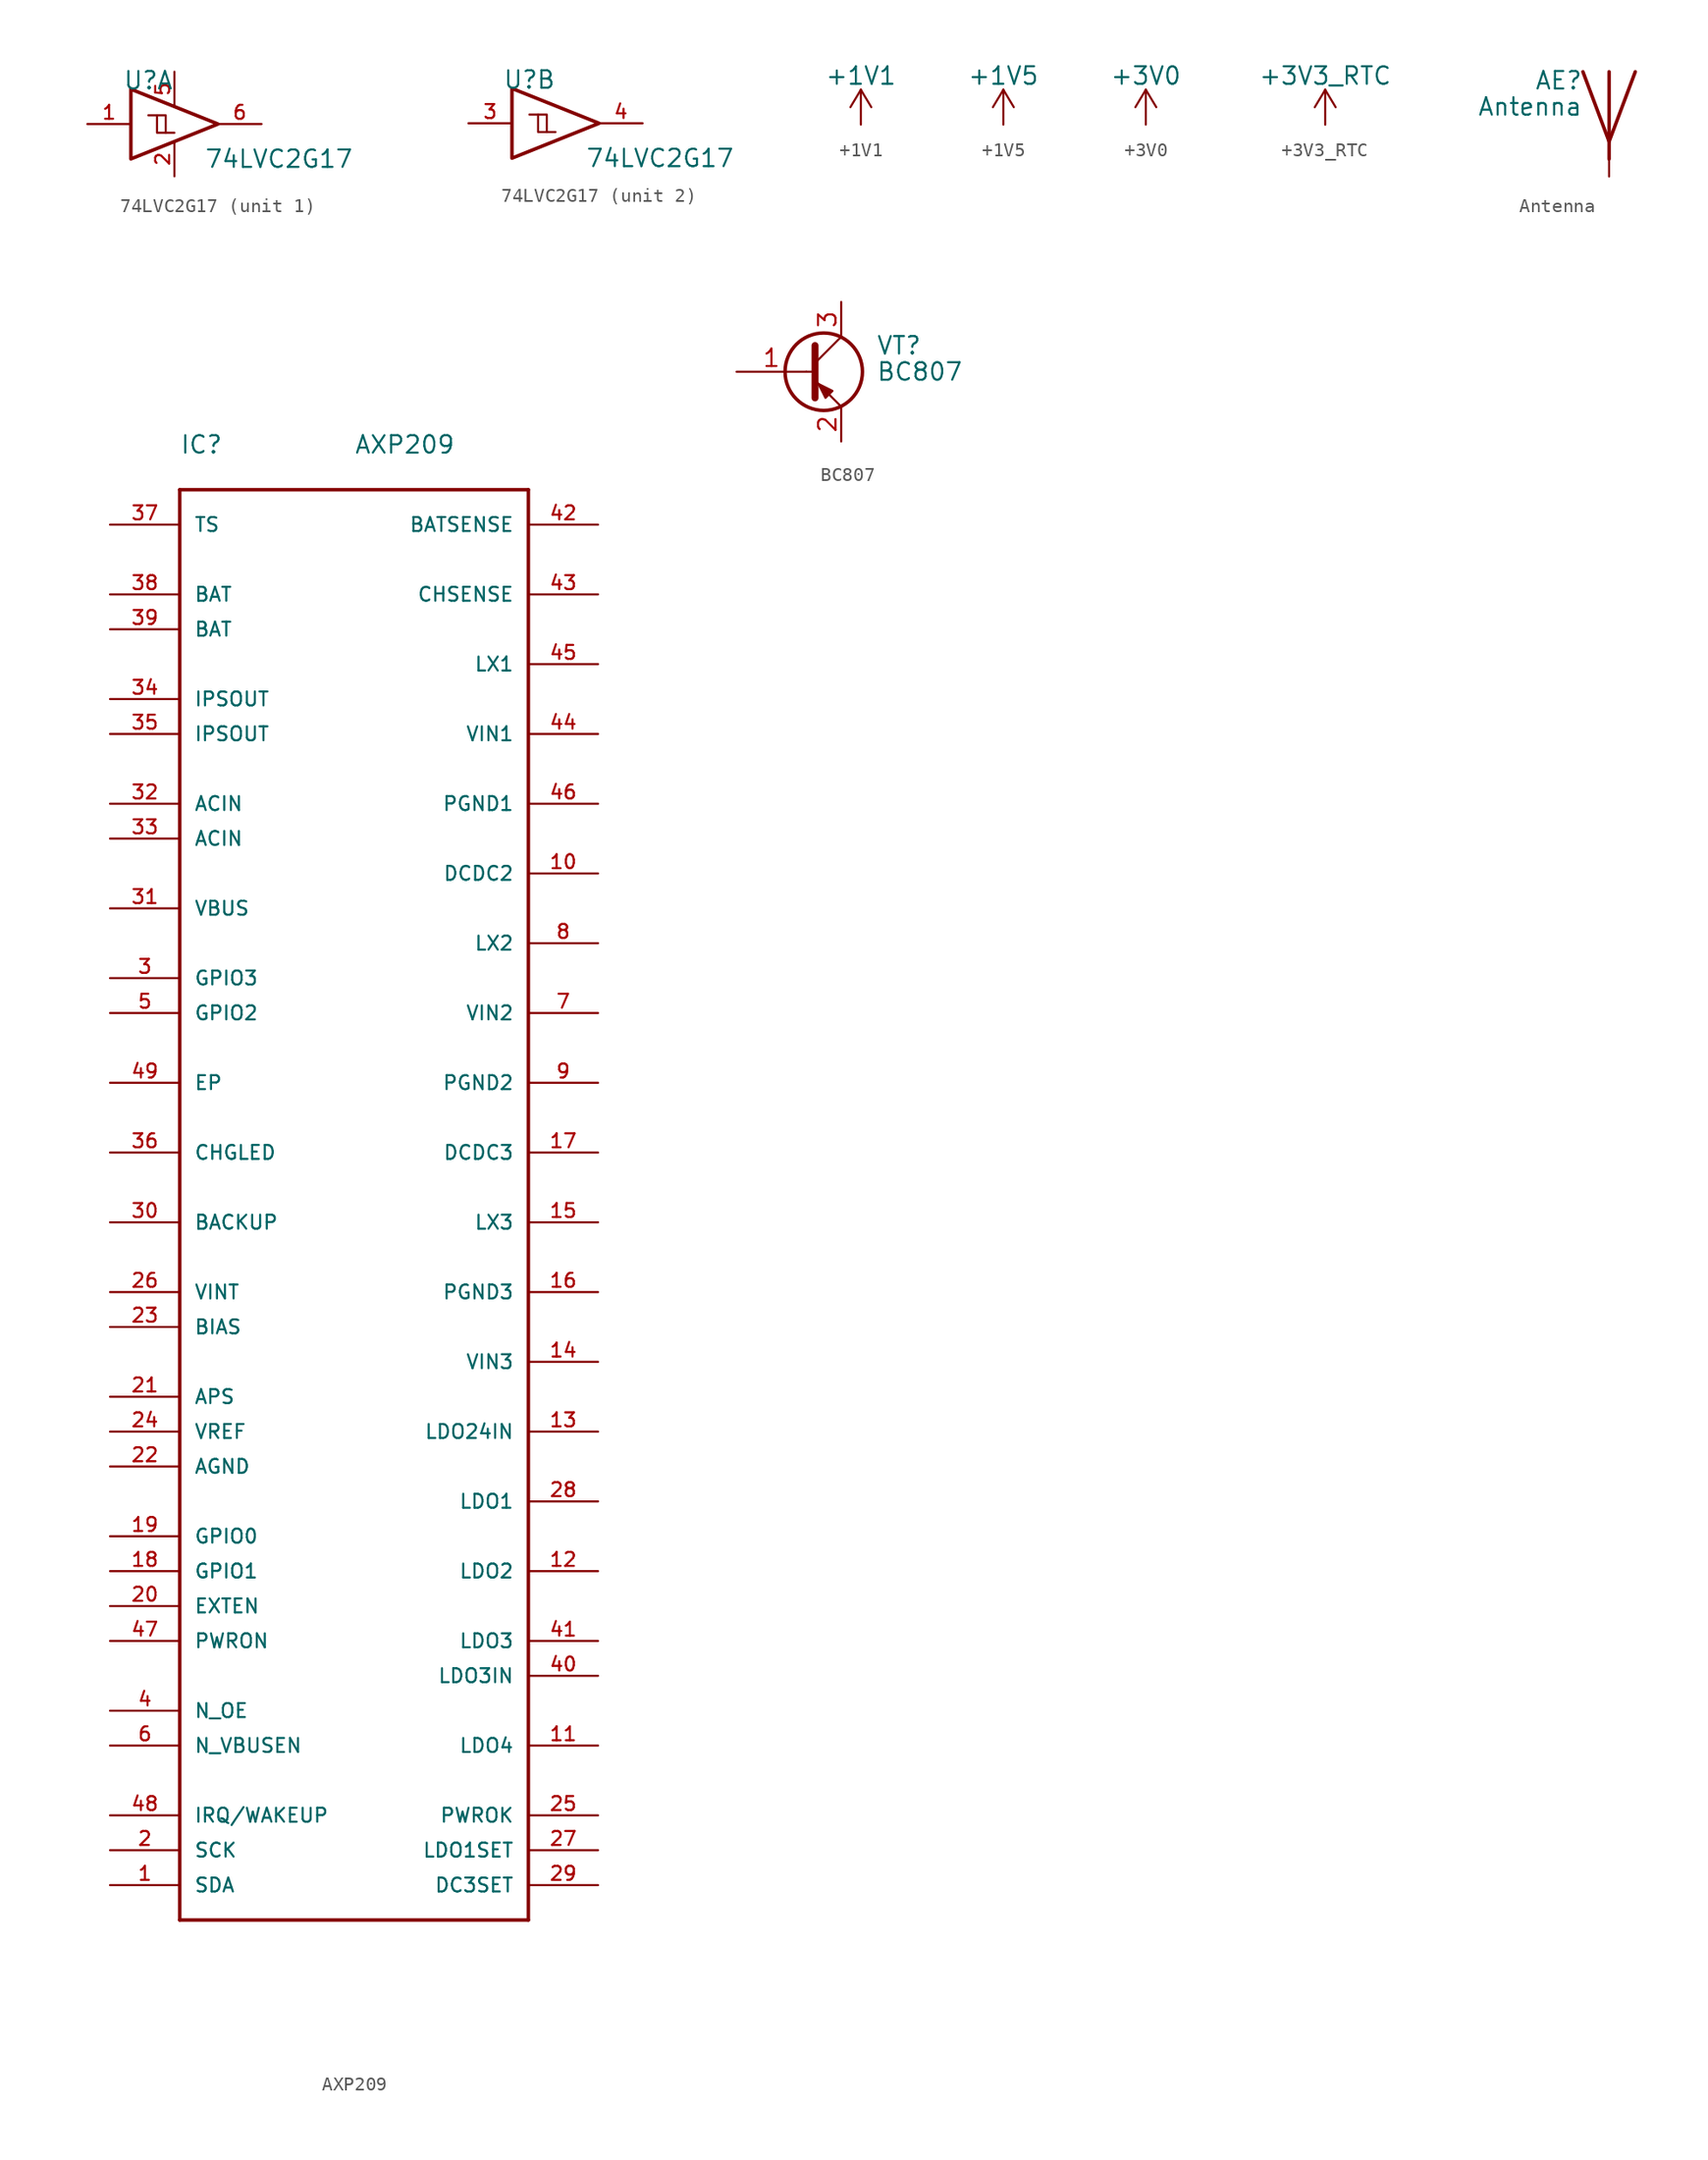
<source format=kicad_sym>
(kicad_symbol_lib
  (version 20220914)
  (generator kicad_symbol_editor)
  (symbol "74LVC2G17"
    (pin_names
      (offset 1.016))
    (property "Reference" "U"
      (at 4.445 3.175 0)
      (effects (font (size 1.27 1.27))))
    (property "Value" "74LVC2G17"
      (at 13.97 -2.54 0)
      (effects (font (size 1.27 1.27))))
    (symbol "74LVC2G17_0_1"
      (polyline (pts (xy 5.08 0.635) (xy 5.715 0.635) (xy 5.715 -0.635)) (stroke (width 0) (type solid)) (fill (type none)))
      (polyline (pts (xy 3.175 2.54) (xy 3.175 -2.54) (xy 9.525 0) (xy 3.175 2.54)) (stroke (width 0.254) (type solid)) (fill (type none)))
      (polyline (pts (xy 4.445 0.635) (xy 5.08 0.635) (xy 5.08 -0.635) (xy 6.35 -0.635)) (stroke (width 0) (type solid)) (fill (type none))))
    (symbol "74LVC2G17_1_1"
      (pin input line (at 0 0 0) (length 3.175) (name "~" (effects (font (size 1.016 1.016)))) (number "1" (effects (font (size 1.016 1.016)))))
      (pin power_in line (at 6.35 -3.81 90) (length 2.54) (name "~" (effects (font (size 1.016 1.016)))) (number "2" (effects (font (size 1.016 1.016)))))
      (pin power_in line (at 6.35 3.81 270) (length 2.54) (name "~" (effects (font (size 1.016 1.016)))) (number "5" (effects (font (size 1.016 1.016)))))
      (pin output line (at 12.7 0 180) (length 3.175) (name "~" (effects (font (size 1.016 1.016)))) (number "6" (effects (font (size 1.016 1.016))))))
    (symbol "74LVC2G17_2_1"
      (pin input line (at 0 0 0) (length 3.175) (name "~" (effects (font (size 1.016 1.016)))) (number "3" (effects (font (size 1.016 1.016)))))
      (pin output line (at 12.7 0 180) (length 3.175) (name "~" (effects (font (size 1.016 1.016)))) (number "4" (effects (font (size 1.016 1.016)))))))
  (symbol "+1V1"
    (power)
    (pin_names
      (offset 0))
    (property "Reference" "#PWR"
      (at 0 -3.81 0)
      (effects (font (size 1.27 1.27)) hide))
    (property "Value" "+1V1"
      (at 0 3.556 0)
      (effects (font (size 1.27 1.27))))
    (symbol "+1V1_0_1"
      (polyline (pts (xy -0.762 1.27) (xy 0 2.54)) (stroke (width 0) (type solid)) (fill (type none)))
      (polyline (pts (xy 0 0) (xy 0 2.54)) (stroke (width 0) (type solid)) (fill (type none)))
      (polyline (pts (xy 0 2.54) (xy 0.762 1.27)) (stroke (width 0) (type solid)) (fill (type none))))
    (symbol "+1V1_1_1"
      (pin power_in line (at 0 0 90) (length 0) hide (name "+1V1" (effects (font (size 1.27 1.27)))) (number "1" (effects (font (size 1.27 1.27)))))))
  (symbol "+1V5"
    (power)
    (pin_names
      (offset 0))
    (property "Reference" "#PWR"
      (at 0 -3.81 0)
      (effects (font (size 1.27 1.27)) hide))
    (property "Value" "+1V5"
      (at 0 3.556 0)
      (effects (font (size 1.27 1.27))))
    (symbol "+1V5_0_1"
      (polyline (pts (xy -0.762 1.27) (xy 0 2.54)) (stroke (width 0) (type solid)) (fill (type none)))
      (polyline (pts (xy 0 0) (xy 0 2.54)) (stroke (width 0) (type solid)) (fill (type none)))
      (polyline (pts (xy 0 2.54) (xy 0.762 1.27)) (stroke (width 0) (type solid)) (fill (type none))))
    (symbol "+1V5_1_1"
      (pin power_in line (at 0 0 90) (length 0) hide (name "+1V5" (effects (font (size 1.27 1.27)))) (number "1" (effects (font (size 1.27 1.27)))))))
  (symbol "+3V0"
    (power)
    (pin_names
      (offset 0))
    (property "Reference" "#PWR"
      (at 0 -3.81 0)
      (effects (font (size 1.27 1.27)) hide))
    (property "Value" "+3V0"
      (at 0 3.556 0)
      (effects (font (size 1.27 1.27))))
    (symbol "+3V0_0_1"
      (polyline (pts (xy -0.762 1.27) (xy 0 2.54)) (stroke (width 0) (type solid)) (fill (type none)))
      (polyline (pts (xy 0 0) (xy 0 2.54)) (stroke (width 0) (type solid)) (fill (type none)))
      (polyline (pts (xy 0 2.54) (xy 0.762 1.27)) (stroke (width 0) (type solid)) (fill (type none))))
    (symbol "+3V0_1_1"
      (pin power_in line (at 0 0 90) (length 0) hide (name "+3V0" (effects (font (size 1.27 1.27)))) (number "1" (effects (font (size 1.27 1.27)))))))
  (symbol "+3V3_RTC"
    (power)
    (pin_names
      (offset 0))
    (property "Reference" "#PWR"
      (at 0 -3.81 0)
      (effects (font (size 1.27 1.27)) hide))
    (property "Value" "+3V3_RTC"
      (at 0 3.556 0)
      (effects (font (size 1.27 1.27))))
    (symbol "+3V3_RTC_0_1"
      (polyline (pts (xy -0.762 1.27) (xy 0 2.54)) (stroke (width 0) (type solid)) (fill (type none)))
      (polyline (pts (xy 0 0) (xy 0 2.54)) (stroke (width 0) (type solid)) (fill (type none)))
      (polyline (pts (xy 0 2.54) (xy 0.762 1.27)) (stroke (width 0) (type solid)) (fill (type none))))
    (symbol "+3V3_RTC_1_1"
      (pin power_in line (at 0 0 90) (length 0) hide (name "+3V3_RTC" (effects (font (size 1.27 1.27)))) (number "1" (effects (font (size 1.27 1.27)))))))
  (symbol "Antenna"
    (pin_numbers hide)
    (pin_names
      (offset 1.016) hide)
    (property "Reference" "AE"
      (at -1.905 1.905 0)
      (effects (font (size 1.27 1.27)) (justify right)))
    (property "Value" "Antenna"
      (at -1.905 0 0)
      (effects (font (size 1.27 1.27)) (justify right)))
    (symbol "Antenna_0_1"
      (polyline (pts (xy 0 2.54) (xy 0 -3.81)) (stroke (width 0.254) (type solid)) (fill (type none)))
      (polyline (pts (xy 1.905 2.54) (xy 0 -2.54) (xy -1.905 2.54)) (stroke (width 0.254) (type solid)) (fill (type none))))
    (symbol "Antenna_1_1"
      (pin input line (at 0 -5.08 90) (length 2.54) (name "A" (effects (font (size 1.27 1.27)))) (number "1" (effects (font (size 1.27 1.27)))))))
  (symbol "AXP209"
    (pin_names
      (offset 1.016))
    (property "Reference" "IC"
      (at 0 2.54 0)
      (effects (font (size 1.27 1.27)) (justify left bottom)))
    (property "Value" "AXP209"
      (at 12.7 2.54 0)
      (effects (font (size 1.27 1.27)) (justify left bottom)))
    (symbol "AXP209_1_0"
      (polyline (pts (xy 0 -104.14) (xy 0 0)) (stroke (width 0.254) (type solid)) (fill (type none)))
      (polyline (pts (xy 0 0) (xy 25.4 0)) (stroke (width 0.254) (type solid)) (fill (type none)))
      (polyline (pts (xy 25.4 -104.14) (xy 0 -104.14)) (stroke (width 0.254) (type solid)) (fill (type none)))
      (polyline (pts (xy 25.4 0) (xy 25.4 -104.14)) (stroke (width 0.254) (type solid)) (fill (type none)))
      (pin input line (at 30.48 -27.94 180) (length 5.08) (name "DCDC2" (effects (font (size 1.016 1.016)))) (number "10" (effects (font (size 1.016 1.016)))))
      (pin input line (at 30.48 -68.58 180) (length 5.08) (name "LDO24IN" (effects (font (size 1.016 1.016)))) (number "13" (effects (font (size 1.016 1.016)))))
      (pin power_in line (at 30.48 -58.42 180) (length 5.08) (name "PGND3" (effects (font (size 1.016 1.016)))) (number "16" (effects (font (size 1.016 1.016)))))
      (pin bidirectional line (at -5.08 -78.74 0) (length 5.08) (name "GPIO1" (effects (font (size 1.016 1.016)))) (number "18" (effects (font (size 1.016 1.016)))))
      (pin input line (at -5.08 -99.06 0) (length 5.08) (name "SCK" (effects (font (size 1.016 1.016)))) (number "2" (effects (font (size 1.016 1.016)))))
      (pin power_out line (at -5.08 -58.42 0) (length 5.08) (name "VINT" (effects (font (size 1.016 1.016)))) (number "26" (effects (font (size 1.016 1.016)))))
      (pin output line (at 30.48 -73.66 180) (length 5.08) (name "LDO1" (effects (font (size 1.016 1.016)))) (number "28" (effects (font (size 1.016 1.016)))))
      (pin bidirectional line (at -5.08 -53.34 0) (length 5.08) (name "BACKUP" (effects (font (size 1.016 1.016)))) (number "30" (effects (font (size 1.016 1.016)))))
      (pin power_out line (at -5.08 -15.24 0) (length 5.08) (name "IPSOUT" (effects (font (size 1.016 1.016)))) (number "34" (effects (font (size 1.016 1.016)))))
      (pin passive line (at -5.08 -17.78 0) (length 5.08) (name "IPSOUT" (effects (font (size 1.016 1.016)))) (number "35" (effects (font (size 1.016 1.016)))))
      (pin power_in line (at 30.48 -38.1 180) (length 5.08) (name "VIN2" (effects (font (size 1.016 1.016)))) (number "7" (effects (font (size 1.016 1.016)))))
      (pin power_in line (at 30.48 -43.18 180) (length 5.08) (name "PGND2" (effects (font (size 1.016 1.016)))) (number "9" (effects (font (size 1.016 1.016))))))
    (symbol "AXP209_1_1"
      (pin bidirectional line (at -5.08 -101.6 0) (length 5.08) (name "SDA" (effects (font (size 1.016 1.016)))) (number "1" (effects (font (size 1.016 1.016)))))
      (pin output line (at 30.48 -91.44 180) (length 5.08) (name "LDO4" (effects (font (size 1.016 1.016)))) (number "11" (effects (font (size 1.016 1.016)))))
      (pin output line (at 30.48 -78.74 180) (length 5.08) (name "LDO2" (effects (font (size 1.016 1.016)))) (number "12" (effects (font (size 1.016 1.016)))))
      (pin power_in line (at 30.48 -63.5 180) (length 5.08) (name "VIN3" (effects (font (size 1.016 1.016)))) (number "14" (effects (font (size 1.016 1.016)))))
      (pin passive line (at 30.48 -53.34 180) (length 5.08) (name "LX3" (effects (font (size 1.016 1.016)))) (number "15" (effects (font (size 1.016 1.016)))))
      (pin power_in line (at 30.48 -48.26 180) (length 5.08) (name "DCDC3" (effects (font (size 1.016 1.016)))) (number "17" (effects (font (size 1.016 1.016)))))
      (pin bidirectional line (at -5.08 -76.2 0) (length 5.08) (name "GPIO0" (effects (font (size 1.016 1.016)))) (number "19" (effects (font (size 1.016 1.016)))))
      (pin output line (at -5.08 -81.28 0) (length 5.08) (name "EXTEN" (effects (font (size 1.016 1.016)))) (number "20" (effects (font (size 1.016 1.016)))))
      (pin power_in line (at -5.08 -66.04 0) (length 5.08) (name "APS" (effects (font (size 1.016 1.016)))) (number "21" (effects (font (size 1.016 1.016)))))
      (pin power_in line (at -5.08 -71.12 0) (length 5.08) (name "AGND" (effects (font (size 1.016 1.016)))) (number "22" (effects (font (size 1.016 1.016)))))
      (pin passive line (at -5.08 -60.96 0) (length 5.08) (name "BIAS" (effects (font (size 1.016 1.016)))) (number "23" (effects (font (size 1.016 1.016)))))
      (pin output line (at -5.08 -68.58 0) (length 5.08) (name "VREF" (effects (font (size 1.016 1.016)))) (number "24" (effects (font (size 1.016 1.016)))))
      (pin output line (at 30.48 -96.52 180) (length 5.08) (name "PWROK" (effects (font (size 1.016 1.016)))) (number "25" (effects (font (size 1.016 1.016)))))
      (pin input line (at 30.48 -99.06 180) (length 5.08) (name "LDO1SET" (effects (font (size 1.016 1.016)))) (number "27" (effects (font (size 1.016 1.016)))))
      (pin input line (at 30.48 -101.6 180) (length 5.08) (name "DC3SET" (effects (font (size 1.016 1.016)))) (number "29" (effects (font (size 1.016 1.016)))))
      (pin bidirectional line (at -5.08 -35.56 0) (length 5.08) (name "GPIO3" (effects (font (size 1.016 1.016)))) (number "3" (effects (font (size 1.016 1.016)))))
      (pin power_in line (at -5.08 -30.48 0) (length 5.08) (name "VBUS" (effects (font (size 1.016 1.016)))) (number "31" (effects (font (size 1.016 1.016)))))
      (pin power_in line (at -5.08 -22.86 0) (length 5.08) (name "ACIN" (effects (font (size 1.016 1.016)))) (number "32" (effects (font (size 1.016 1.016)))))
      (pin power_in line (at -5.08 -25.4 0) (length 5.08) (name "ACIN" (effects (font (size 1.016 1.016)))) (number "33" (effects (font (size 1.016 1.016)))))
      (pin output line (at -5.08 -48.26 0) (length 5.08) (name "CHGLED" (effects (font (size 1.016 1.016)))) (number "36" (effects (font (size 1.016 1.016)))))
      (pin input line (at -5.08 -2.54 0) (length 5.08) (name "TS" (effects (font (size 1.016 1.016)))) (number "37" (effects (font (size 1.016 1.016)))))
      (pin power_in line (at -5.08 -7.62 0) (length 5.08) (name "BAT" (effects (font (size 1.016 1.016)))) (number "38" (effects (font (size 1.016 1.016)))))
      (pin power_in line (at -5.08 -10.16 0) (length 5.08) (name "BAT" (effects (font (size 1.016 1.016)))) (number "39" (effects (font (size 1.016 1.016)))))
      (pin input line (at -5.08 -88.9 0) (length 5.08) (name "N_OE" (effects (font (size 1.016 1.016)))) (number "4" (effects (font (size 1.016 1.016)))))
      (pin input line (at 30.48 -86.36 180) (length 5.08) (name "LDO3IN" (effects (font (size 1.016 1.016)))) (number "40" (effects (font (size 1.016 1.016)))))
      (pin output line (at 30.48 -83.82 180) (length 5.08) (name "LDO3" (effects (font (size 1.016 1.016)))) (number "41" (effects (font (size 1.016 1.016)))))
      (pin input line (at 30.48 -2.54 180) (length 5.08) (name "BATSENSE" (effects (font (size 1.016 1.016)))) (number "42" (effects (font (size 1.016 1.016)))))
      (pin output line (at 30.48 -7.62 180) (length 5.08) (name "CHSENSE" (effects (font (size 1.016 1.016)))) (number "43" (effects (font (size 1.016 1.016)))))
      (pin power_in line (at 30.48 -17.78 180) (length 5.08) (name "VIN1" (effects (font (size 1.016 1.016)))) (number "44" (effects (font (size 1.016 1.016)))))
      (pin passive line (at 30.48 -12.7 180) (length 5.08) (name "LX1" (effects (font (size 1.016 1.016)))) (number "45" (effects (font (size 1.016 1.016)))))
      (pin passive line (at 30.48 -22.86 180) (length 5.08) (name "PGND1" (effects (font (size 1.016 1.016)))) (number "46" (effects (font (size 1.016 1.016)))))
      (pin input line (at -5.08 -83.82 0) (length 5.08) (name "PWRON" (effects (font (size 1.016 1.016)))) (number "47" (effects (font (size 1.016 1.016)))))
      (pin open_collector line (at -5.08 -96.52 0) (length 5.08) (name "IRQ/WAKEUP" (effects (font (size 1.016 1.016)))) (number "48" (effects (font (size 1.016 1.016)))))
      (pin power_in line (at -5.08 -43.18 0) (length 5.08) (name "EP" (effects (font (size 1.016 1.016)))) (number "49" (effects (font (size 1.016 1.016)))))
      (pin bidirectional line (at -5.08 -38.1 0) (length 5.08) (name "GPIO2" (effects (font (size 1.016 1.016)))) (number "5" (effects (font (size 1.016 1.016)))))
      (pin input line (at -5.08 -91.44 0) (length 5.08) (name "N_VBUSEN" (effects (font (size 1.016 1.016)))) (number "6" (effects (font (size 1.016 1.016)))))
      (pin passive line (at 30.48 -33.02 180) (length 5.08) (name "LX2" (effects (font (size 1.016 1.016)))) (number "8" (effects (font (size 1.016 1.016)))))))
  (symbol "BC807"
    (pin_names
      (offset 0) hide)
    (property "Reference" "VT"
      (at 5.08 1.905 0)
      (effects (font (size 1.27 1.27)) (justify left)))
    (property "Value" "BC807"
      (at 5.08 0 0)
      (effects (font (size 1.27 1.27)) (justify left)))
    (symbol "BC807_0_1"
      (polyline (pts (xy 0 0) (xy 0.635 0)) (stroke (width 0) (type solid)) (fill (type none)))
      (polyline (pts (xy 2.54 -2.54) (xy 0.635 -0.635)) (stroke (width 0) (type solid)) (fill (type none)))
      (polyline (pts (xy 2.54 2.54) (xy 0.635 0.635)) (stroke (width 0) (type solid)) (fill (type none)))
      (polyline (pts (xy 0.635 1.905) (xy 0.635 -1.905) (xy 0.635 -1.905)) (stroke (width 0.508) (type solid)) (fill (type outline)))
      (polyline (pts (xy 1.397 -1.905) (xy 1.905 -1.397) (xy 0.889 -0.889) (xy 1.397 -1.905) (xy 1.397 -1.905)) (stroke (width 0) (type solid)) (fill (type outline)))
      (circle (center 1.27 0) (radius 2.819) (stroke (width 0.254) (type solid)) (fill (type none))))
    (symbol "BC807_1_1"
      (pin input line (at -5.08 0 0) (length 5.08) (name "B" (effects (font (size 1.27 1.27)))) (number "1" (effects (font (size 1.27 1.27)))))
      (pin passive line (at 2.54 -5.08 90) (length 2.54) (name "E" (effects (font (size 1.27 1.27)))) (number "2" (effects (font (size 1.27 1.27)))))
      (pin passive line (at 2.54 5.08 270) (length 2.54) (name "C" (effects (font (size 1.27 1.27)))) (number "3" (effects (font (size 1.27 1.27))))))))
</source>
